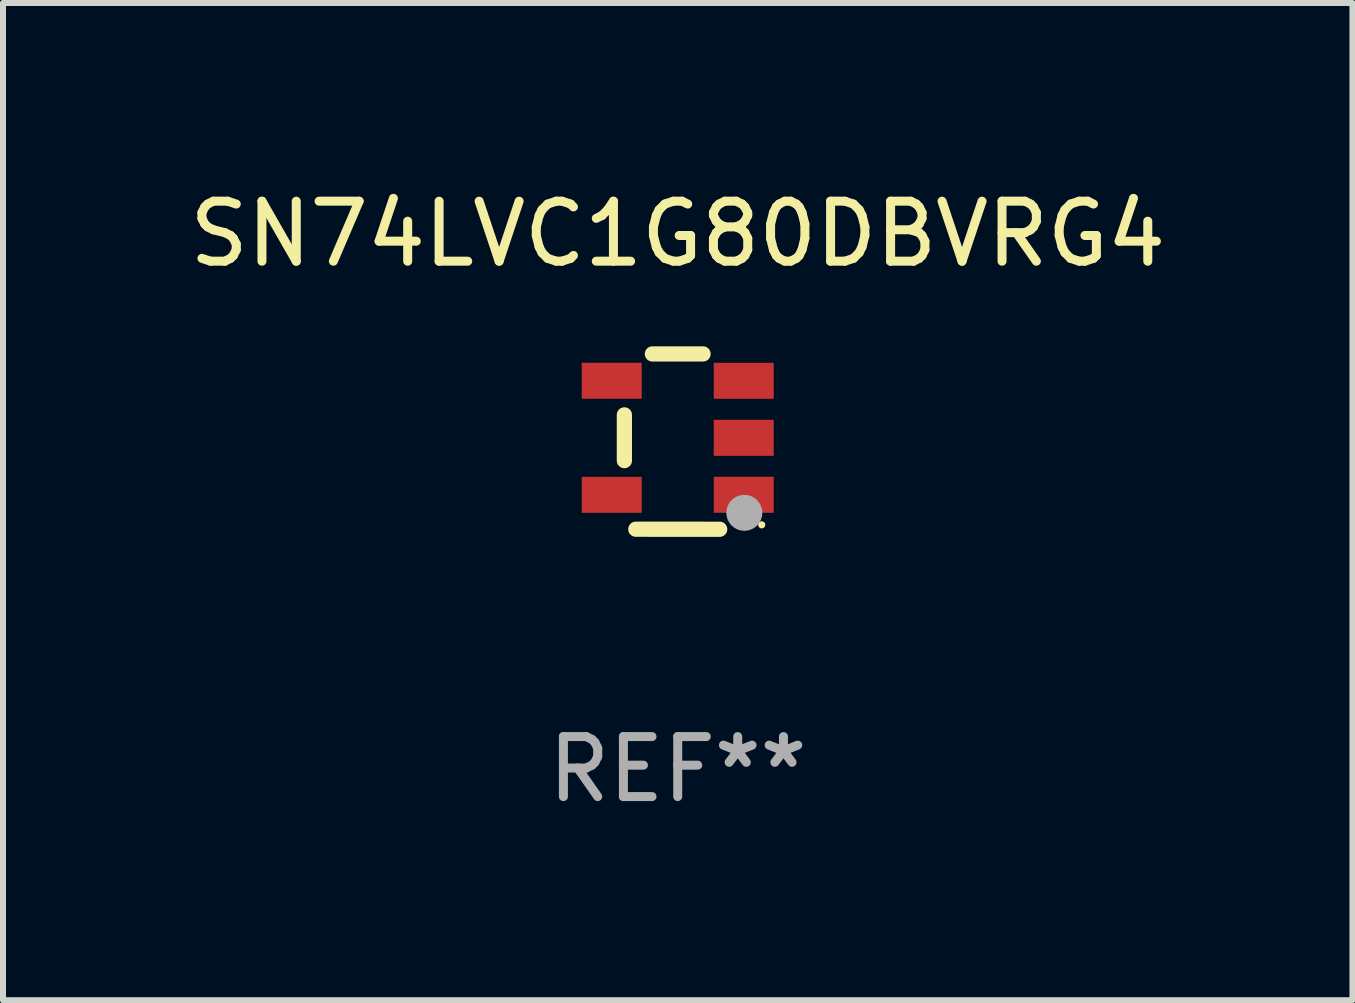
<source format=kicad_pcb>
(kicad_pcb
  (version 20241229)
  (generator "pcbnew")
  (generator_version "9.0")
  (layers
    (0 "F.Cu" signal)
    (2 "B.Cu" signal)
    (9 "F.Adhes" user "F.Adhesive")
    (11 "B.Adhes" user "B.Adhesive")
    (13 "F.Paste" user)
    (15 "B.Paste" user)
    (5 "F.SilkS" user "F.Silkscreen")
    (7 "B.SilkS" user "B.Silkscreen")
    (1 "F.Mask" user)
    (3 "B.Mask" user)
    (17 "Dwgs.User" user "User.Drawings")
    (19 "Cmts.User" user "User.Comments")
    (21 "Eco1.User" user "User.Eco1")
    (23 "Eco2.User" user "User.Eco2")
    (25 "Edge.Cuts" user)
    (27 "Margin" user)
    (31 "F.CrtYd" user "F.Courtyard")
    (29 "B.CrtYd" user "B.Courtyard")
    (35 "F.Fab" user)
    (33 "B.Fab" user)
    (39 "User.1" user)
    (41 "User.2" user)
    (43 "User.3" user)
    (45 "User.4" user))
  (footprint "SN74LVC1G80DBVRG4"
    (layer "F.Cu")
    (at 8.244 4.309)
    (property "Reference" "SN74LVC1G80DBVRG4" (at 0 -3.461 0) (layer "F.SilkS") (effects (font (size 1 1) (thickness 0.15))))
    (attr through_hole)
    (fp_line (start -0.889 0.317) (end -0.889 -0.445) (stroke (width 0.254) (type solid)) (layer "F.SilkS"))
    (fp_line (start -0.698 1.46) (end 0.699 1.461) (stroke (width 0.254) (type solid)) (layer "F.SilkS"))
    (fp_line (start -0.422 -1.461) (end 0.422 -1.461) (stroke (width 0.254) (type solid)) (layer "F.SilkS"))
    (fp_circle (center 1.4 1.387) (end 1.43 1.387) (stroke (width 0.06) (type solid)) (fill no) (layer "F.SilkS"))
    (fp_circle (center 1.11 1.187) (end 1.26 1.187) (stroke (width 0.3) (type solid)) (fill no) (layer "F.Fab"))
    (fp_text user "REF**" (at 0 5.461 0) (layer "F.Fab") (effects (font (size 1 1) (thickness 0.15))))
    (pad "1" smd rect (at 1.1 0.886 90) (size 0.6 1) (layers "F.Cu" "F.Mask" "F.Paste"))
    (pad "2" smd rect (at 1.1 -0.063 90) (size 0.6 1) (layers "F.Cu" "F.Mask" "F.Paste"))
    (pad "3" smd rect (at 1.1 -1.013 90) (size 0.6 1) (layers "F.Cu" "F.Mask" "F.Paste"))
    (pad "4" smd rect (at -1.1 -1.014 90) (size 0.6 1) (layers "F.Cu" "F.Mask" "F.Paste"))
    (pad "5" smd rect (at -1.1 0.887 90) (size 0.6 1) (layers "F.Cu" "F.Mask" "F.Paste")))
  (gr_rect
    (start -3 -3)
    (end 19.488 13.618)
    (stroke (width 0.1) (type default))
    (fill no)
    (layer "Edge.Cuts")))
</source>
